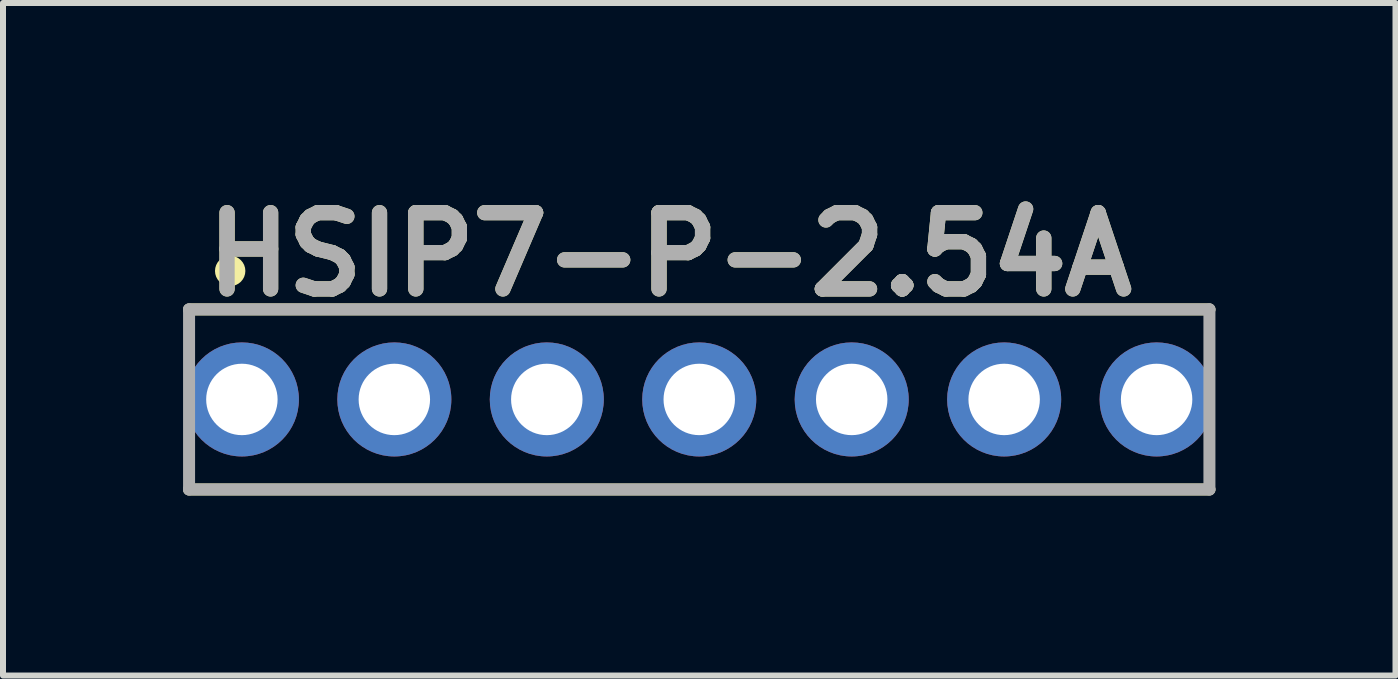
<source format=kicad_pcb>
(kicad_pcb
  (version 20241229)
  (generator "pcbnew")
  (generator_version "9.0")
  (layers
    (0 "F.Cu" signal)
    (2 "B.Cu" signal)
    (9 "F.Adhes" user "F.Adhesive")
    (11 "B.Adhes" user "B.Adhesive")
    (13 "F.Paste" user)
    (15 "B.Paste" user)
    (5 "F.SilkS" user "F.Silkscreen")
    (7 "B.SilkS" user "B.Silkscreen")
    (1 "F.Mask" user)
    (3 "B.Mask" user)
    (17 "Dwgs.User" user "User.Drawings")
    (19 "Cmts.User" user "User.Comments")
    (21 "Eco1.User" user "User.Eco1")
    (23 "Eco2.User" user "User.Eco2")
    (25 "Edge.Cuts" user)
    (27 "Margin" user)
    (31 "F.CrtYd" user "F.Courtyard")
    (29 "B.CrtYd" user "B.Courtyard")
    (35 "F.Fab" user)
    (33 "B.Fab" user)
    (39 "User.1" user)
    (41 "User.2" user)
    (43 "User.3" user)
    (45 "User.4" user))
  (footprint "HSIP7-P-2.54A"
    (layer "F.Cu")
    (at 8.6 3.605)
    (property "Reference" "HSIP7-P-2.54A" (at -0.489 -2.416 0) (layer "F.SilkS") (effects (font (size 1.27 1.27) (thickness 0.254))))
    (attr through_hole)
    (fp_line (start -8.5 -1.5) (end 8.5 -1.5) (stroke (width 0.2) (type solid)) (layer "F.SilkS"))
    (fp_line (start 8.5 1.5) (end -8.5 1.5) (stroke (width 0.2) (type solid)) (layer "F.SilkS"))
    (fp_circle (center -7.815 -2.141) (end -7.815 -2.088) (stroke (width 0.2) (type solid)) (fill no) (layer "F.SilkS"))
    (fp_line (start -8.5 -1.5) (end 8.5 -1.5) (stroke (width 0.2) (type solid)) (layer "F.Fab"))
    (fp_line (start -8.5 1.5) (end -8.5 -1.5) (stroke (width 0.2) (type solid)) (layer "F.Fab"))
    (fp_line (start 8.5 -1.5) (end 8.5 1.5) (stroke (width 0.2) (type solid)) (layer "F.Fab"))
    (fp_line (start 8.5 1.5) (end -8.5 1.5) (stroke (width 0.2) (type solid)) (layer "F.Fab"))
    (fp_text user "${REFERENCE}" (at -0.489 -2.416 0) (layer "F.Fab") (effects (font (size 1.27 1.27) (thickness 0.254))))
    (pad "1" thru_hole circle (at -7.62 0) (size 1.9 1.9) (drill 1.19) (layers "*.Cu" "*.Mask"))
    (pad "2" thru_hole circle (at -5.08 0) (size 1.9 1.9) (drill 1.19) (layers "*.Cu" "*.Mask"))
    (pad "3" thru_hole circle (at -2.54 0) (size 1.9 1.9) (drill 1.19) (layers "*.Cu" "*.Mask"))
    (pad "4" thru_hole circle (at 0 0) (size 1.9 1.9) (drill 1.19) (layers "*.Cu" "*.Mask"))
    (pad "5" thru_hole circle (at 2.54 0) (size 1.9 1.9) (drill 1.19) (layers "*.Cu" "*.Mask"))
    (pad "6" thru_hole circle (at 5.08 0) (size 1.9 1.9) (drill 1.19) (layers "*.Cu" "*.Mask"))
    (pad "7" thru_hole circle (at 7.62 0) (size 1.9 1.9) (drill 1.19) (layers "*.Cu" "*.Mask")))
  (gr_rect
    (start -3 -3)
    (end 20.2 8.205)
    (stroke (width 0.1) (type default))
    (fill no)
    (layer "Edge.Cuts")))
</source>
